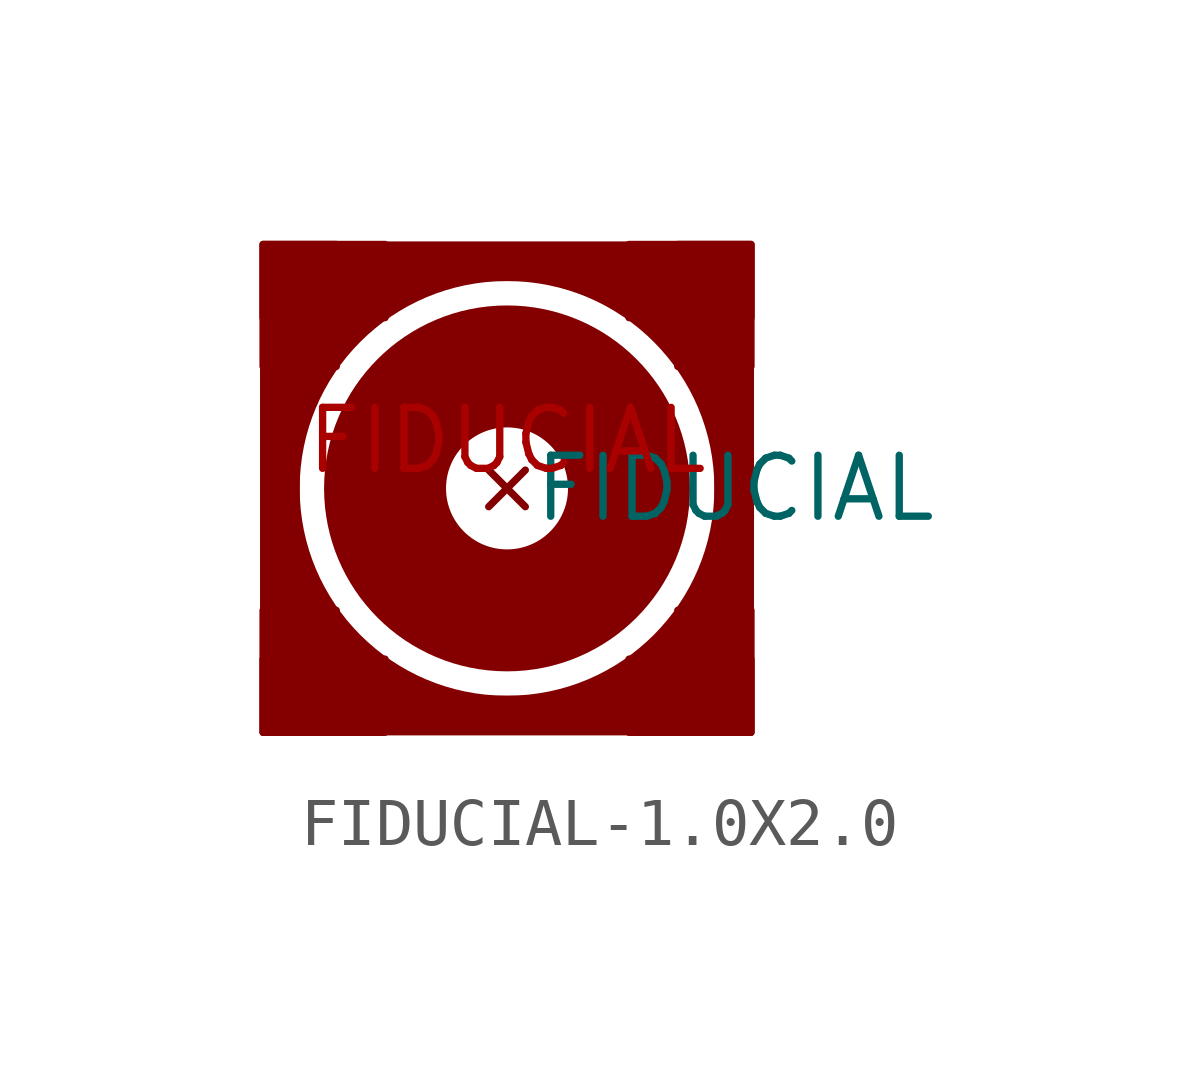
<source format=kicad_sym>
(kicad_symbol_lib
  (version 20241209)
  (generator "kicad_symbol_editor")
  (generator_version "9.0")
  (symbol "FIDUCIAL-1.0X2.0"
    (property "Reference" "FIDUCIAL"
      (at 0 0 0)
      (effects (font (size 1.27 1.27)) (hide yes)))
    (property "ki_locked" ""
      (at 0 0 0)
      (effects (font (size 1.27 1.27))))
    (symbol "FIDUCIAL-1.0X2.0_1_0"
      (polyline (pts (xy -5.08 5.08) (xy 5.08 5.08)) (stroke (width 0.127) (type solid)) (fill (type none)))
      (rectangle (start -5.08 3.556) (end -2.54 5.08) (stroke (width 0) (type default)) (fill (type outline)))
      (rectangle (start -5.08 2.54) (end -3.556 5.08) (stroke (width 0) (type default)) (fill (type outline)))
      (rectangle (start -5.08 -5.08) (end -3.556 -2.54) (stroke (width 0) (type default)) (fill (type outline)))
      (rectangle (start -5.08 -5.08) (end -2.54 -3.556) (stroke (width 0) (type default)) (fill (type outline)))
      (polyline (pts (xy -5.08 -5.08) (xy -5.08 5.08)) (stroke (width 0.127) (type solid)) (fill (type none)))
      (polyline (pts (xy -5.08 -5.08) (xy 5.08 -5.08)) (stroke (width 0.127) (type solid)) (fill (type none)))
      (polyline (pts (xy -4.699 2.54) (xy -4.699 -2.54)) (stroke (width 0.762) (type solid)) (fill (type none)))
      (polyline (pts (xy -2.54 4.699) (xy 2.54 4.699)) (stroke (width 0.762) (type solid)) (fill (type none)))
      (polyline (pts (xy -2.54 -4.699) (xy 2.54 -4.699)) (stroke (width 0.762) (type solid)) (fill (type none)))
      (circle (center 0 0) (radius 2.54) (stroke (width 2.54) (type solid)) (fill (type none)))
      (circle (center 0 0) (radius 4.699) (stroke (width 0.762) (type solid)) (fill (type none)))
      (rectangle (start 2.54 3.556) (end 5.08 5.08) (stroke (width 0) (type default)) (fill (type outline)))
      (rectangle (start 2.54 -5.08) (end 5.08 -3.556) (stroke (width 0) (type default)) (fill (type outline)))
      (rectangle (start 3.556 2.54) (end 5.08 5.08) (stroke (width 0) (type default)) (fill (type outline)))
      (rectangle (start 3.556 -5.08) (end 5.08 -2.54) (stroke (width 0) (type default)) (fill (type outline)))
      (polyline (pts (xy 4.699 -2.54) (xy 4.699 2.54)) (stroke (width 0.762) (type solid)) (fill (type none)))
      (polyline (pts (xy 5.08 5.08) (xy 5.08 -5.08)) (stroke (width 0.127) (type solid)) (fill (type none)))
      (pin no_connect line (at 0 0 0) (length 0) (name "FIDUCIAL" (effects (font (size 1.27 1.27)))) (number "FIDUCIAL" (effects (font (size 1.27 1.27))))))))
</source>
